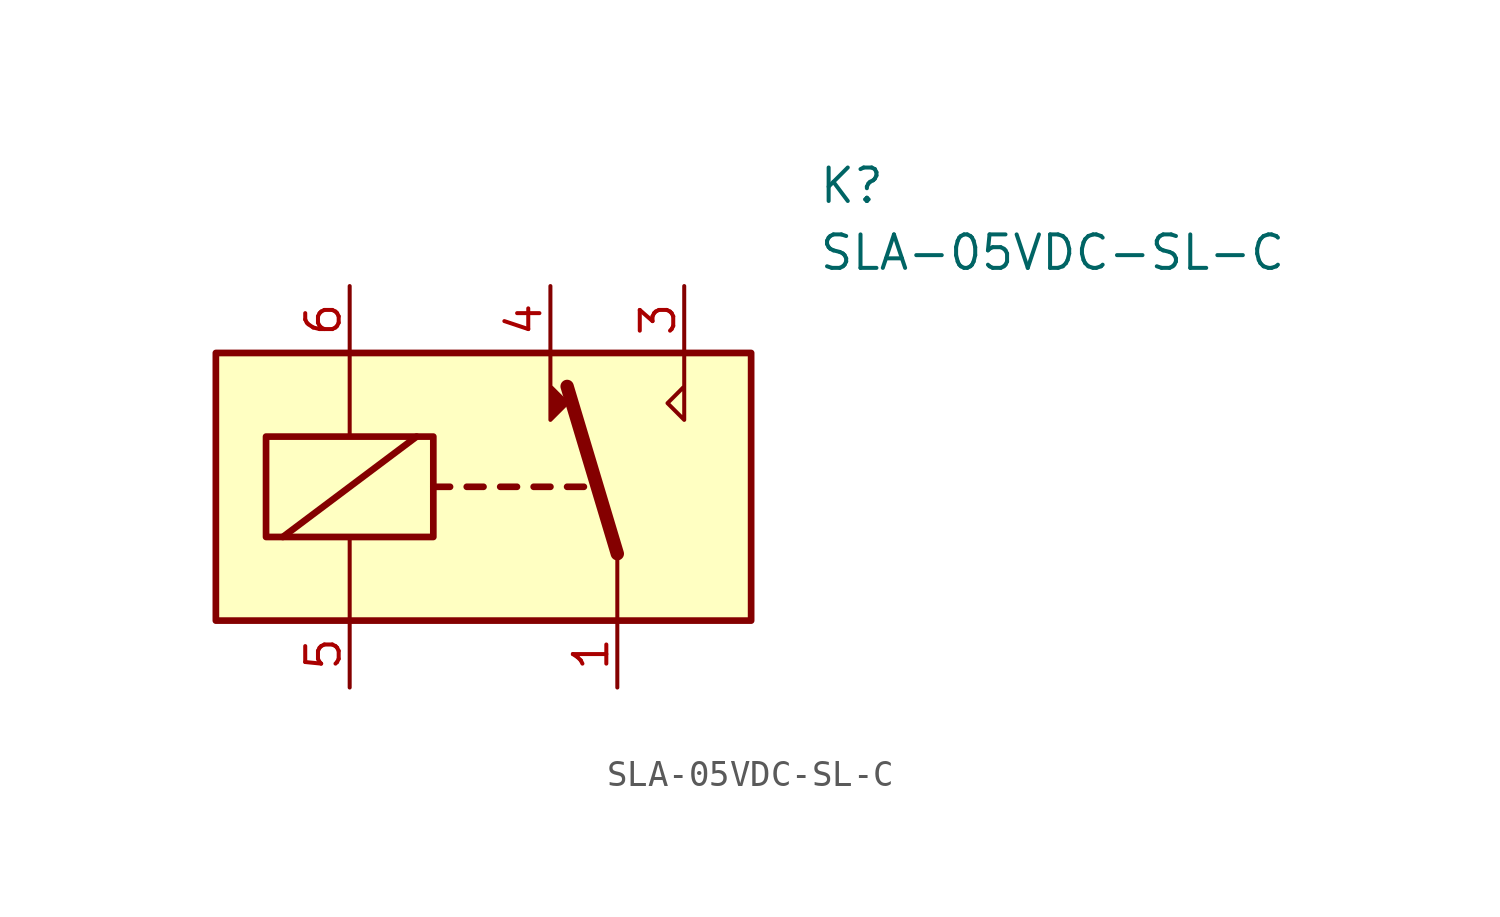
<source format=kicad_sym>
(kicad_symbol_lib
  (version 20211014)
  (generator kicad_symbol_editor)
  (symbol "SLA-05VDC-SL-C"
    (pin_names
      (offset 0.762))
    (property "Reference" "K"
      (at 29.21 7.62 0)
      (effects (font (size 1.27 1.27)) (justify left)))
    (property "Value" "SLA-05VDC-SL-C"
      (at 29.21 5.08 0)
      (effects (font (size 1.27 1.27)) (justify left)))
    (symbol "SLA-05VDC-SL-C_0_0"
      (polyline (pts (xy 24.13 1.27) (xy 24.13 -1.27) (xy 23.495 -0.635) (xy 24.13 0)) (stroke (width 0) (type default) (color 0 0 0 0)) (fill (type none))))
    (symbol "SLA-05VDC-SL-C_0_1"
      (polyline (pts (xy 8.89 -5.715) (xy 13.97 -1.905)) (stroke (width 0.254) (type default) (color 0 0 0 0)) (fill (type none)))
      (polyline (pts (xy 11.43 -8.89) (xy 11.43 -5.715)) (stroke (width 0) (type default) (color 0 0 0 0)) (fill (type none)))
      (polyline (pts (xy 11.43 1.27) (xy 11.43 -1.905)) (stroke (width 0) (type default) (color 0 0 0 0)) (fill (type none)))
      (polyline (pts (xy 14.605 -3.81) (xy 15.24 -3.81)) (stroke (width 0.254) (type default) (color 0 0 0 0)) (fill (type none)))
      (polyline (pts (xy 15.875 -3.81) (xy 16.51 -3.81)) (stroke (width 0.254) (type default) (color 0 0 0 0)) (fill (type none)))
      (polyline (pts (xy 17.145 -3.81) (xy 17.78 -3.81)) (stroke (width 0.254) (type default) (color 0 0 0 0)) (fill (type none)))
      (polyline (pts (xy 18.415 -3.81) (xy 19.05 -3.81)) (stroke (width 0.254) (type default) (color 0 0 0 0)) (fill (type none)))
      (polyline (pts (xy 19.685 -3.81) (xy 20.32 -3.81)) (stroke (width 0.254) (type default) (color 0 0 0 0)) (fill (type none)))
      (polyline (pts (xy 21.59 -6.35) (xy 19.685 0)) (stroke (width 0.508) (type default) (color 0 0 0 0)) (fill (type none)))
      (polyline (pts (xy 21.59 -6.35) (xy 21.59 -8.89)) (stroke (width 0) (type default) (color 0 0 0 0)) (fill (type none)))
      (polyline (pts (xy 19.05 1.27) (xy 19.05 -1.27) (xy 19.685 -0.635) (xy 19.05 0)) (stroke (width 0) (type default) (color 0 0 0 0)) (fill (type outline)))
      (rectangle (start 6.35 1.27) (end 26.67 -8.89) (stroke (width 0.254) (type default) (color 0 0 0 0)) (fill (type background)))
      (rectangle (start 8.255 -1.905) (end 14.605 -5.715) (stroke (width 0.254) (type default) (color 0 0 0 0)) (fill (type none))))
    (symbol "SLA-05VDC-SL-C_1_1"
      (pin passive line (at 21.59 -11.43 90) (length 2.54) (name "~" (effects (font (size 1.27 1.27)))) (number "1" (effects (font (size 1.27 1.27)))))
      (pin passive line (at 21.59 -11.43 90) (length 2.54) hide (name "~" (effects (font (size 1.27 1.27)))) (number "2" (effects (font (size 1.27 1.27)))))
      (pin passive line (at 24.13 3.81 270) (length 2.54) (name "" (effects (font (size 1.27 1.27)))) (number "3" (effects (font (size 1.27 1.27)))))
      (pin passive line (at 19.05 3.81 270) (length 2.54) (name "~" (effects (font (size 1.27 1.27)))) (number "4" (effects (font (size 1.27 1.27)))))
      (pin passive line (at 11.43 -11.43 90) (length 2.54) (name "~" (effects (font (size 1.27 1.27)))) (number "5" (effects (font (size 1.27 1.27)))))
      (pin passive line (at 11.43 3.81 270) (length 2.54) (name "~" (effects (font (size 1.27 1.27)))) (number "6" (effects (font (size 1.27 1.27))))))))
</source>
